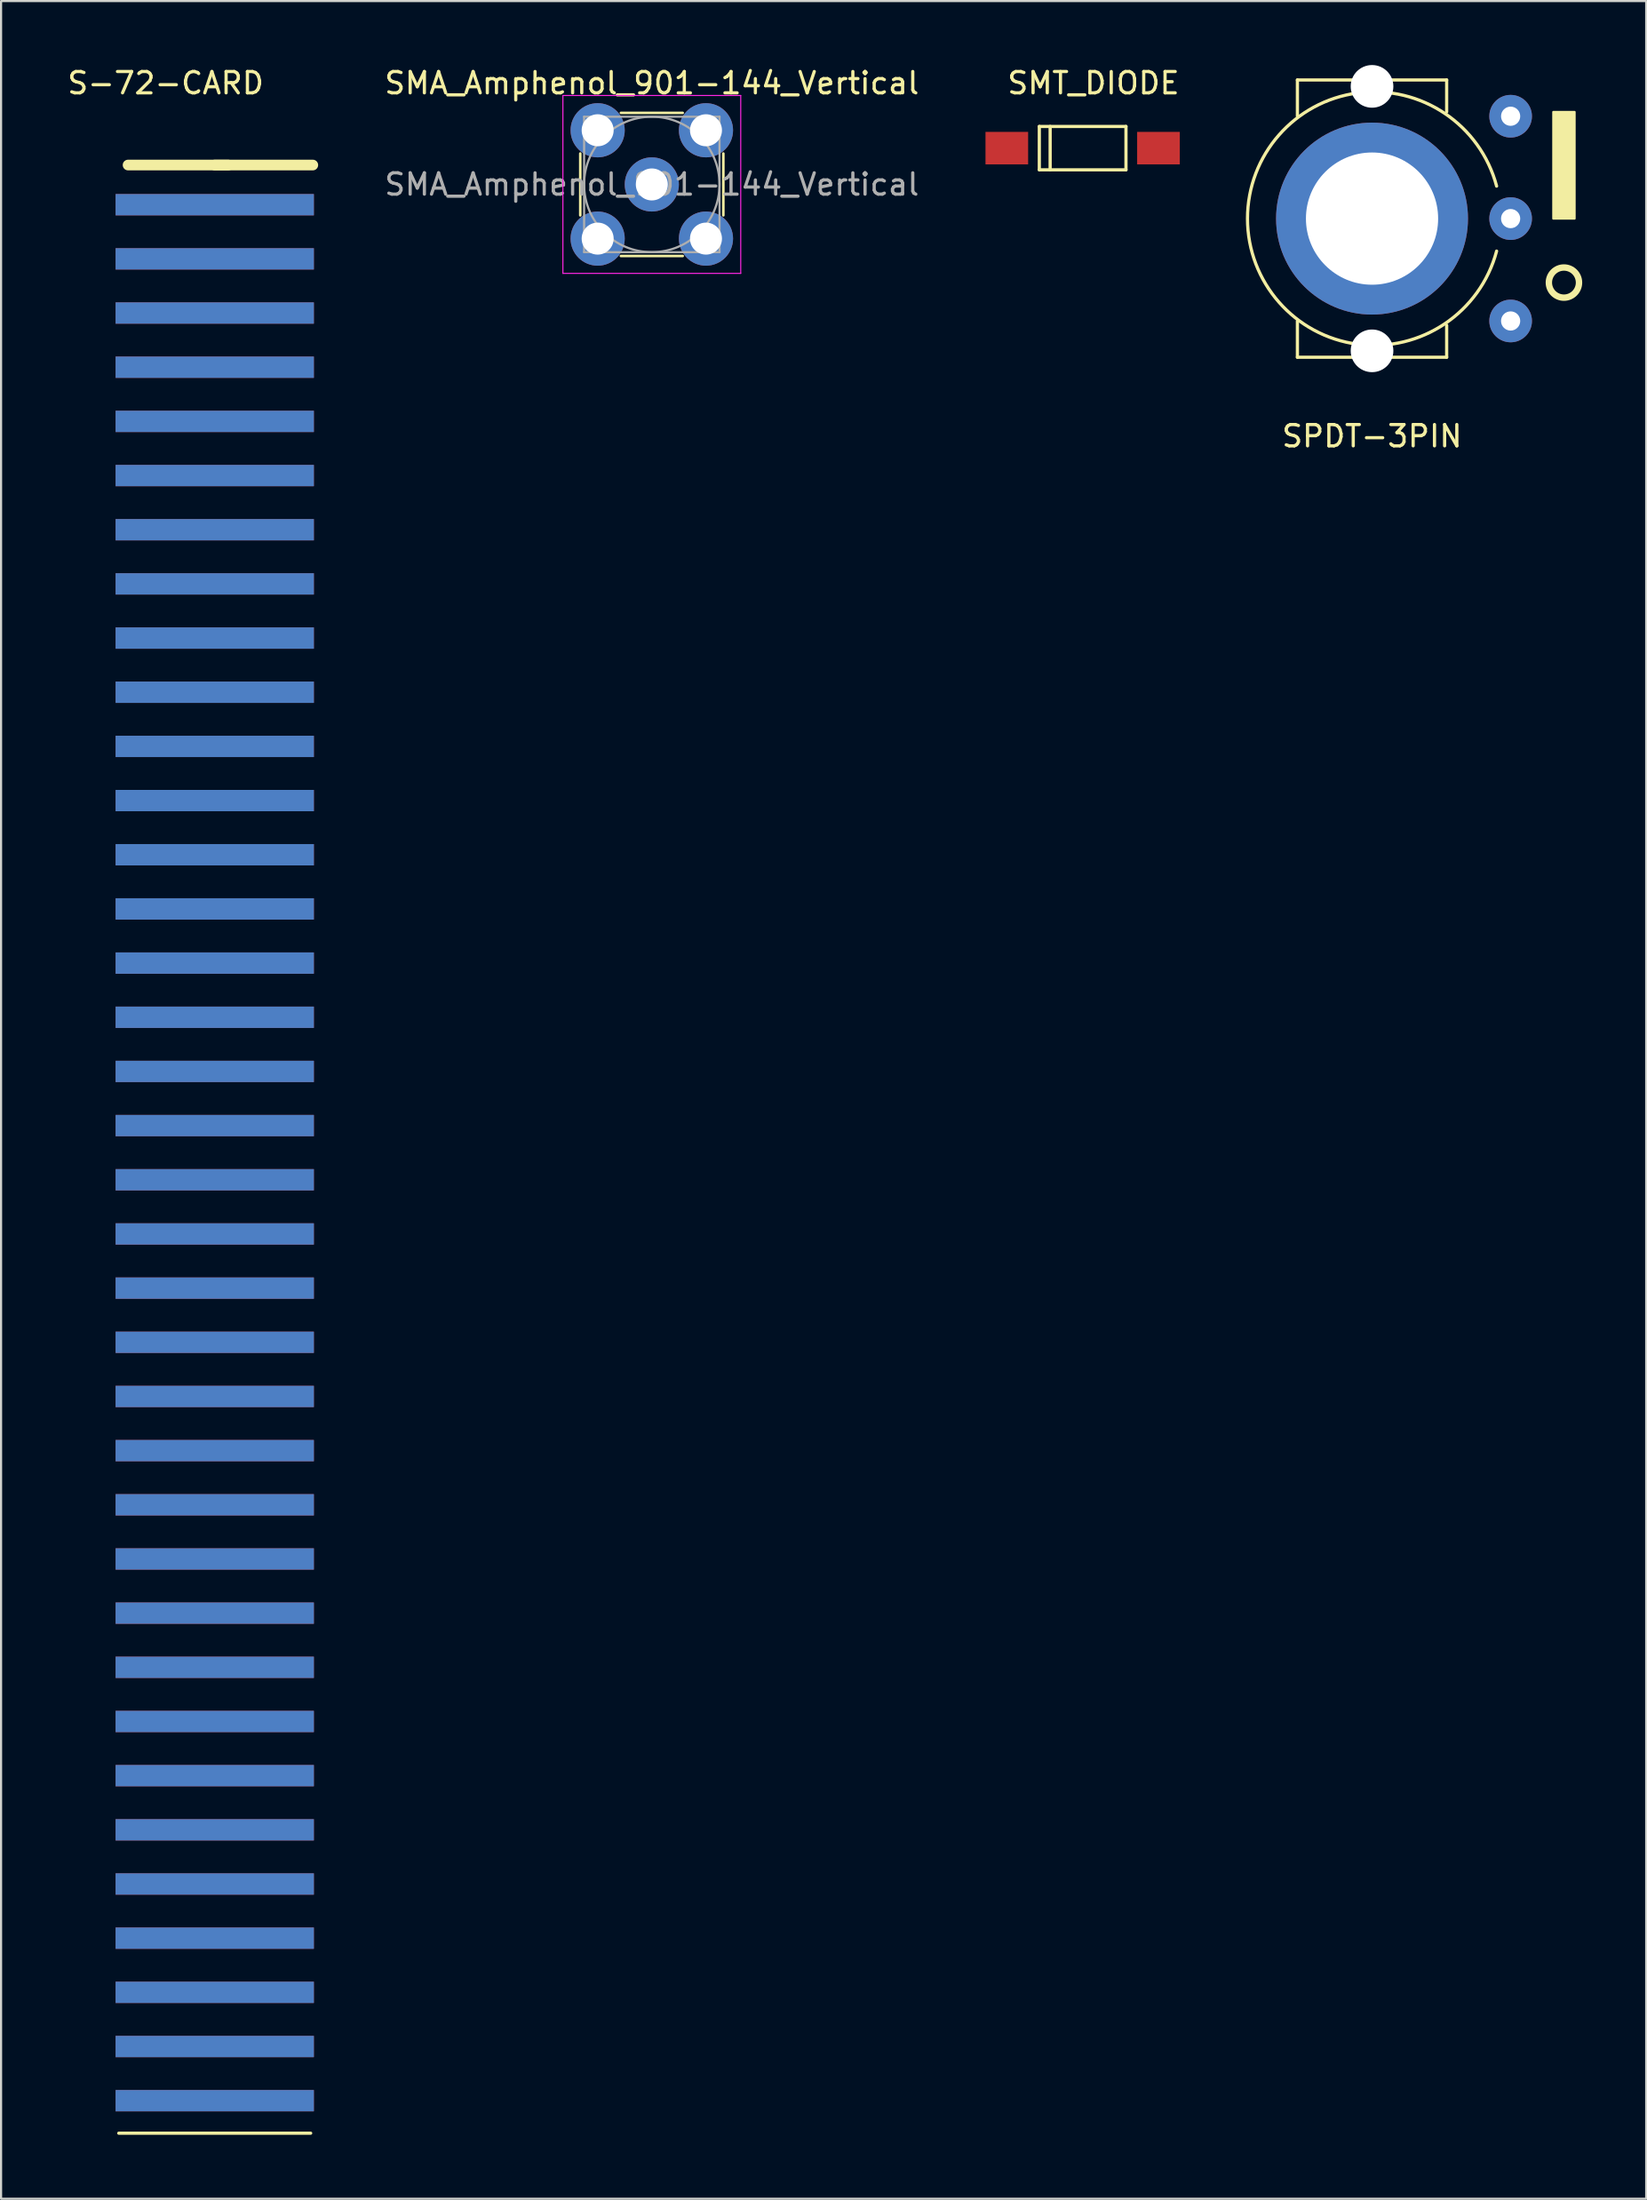
<source format=kicad_pcb>
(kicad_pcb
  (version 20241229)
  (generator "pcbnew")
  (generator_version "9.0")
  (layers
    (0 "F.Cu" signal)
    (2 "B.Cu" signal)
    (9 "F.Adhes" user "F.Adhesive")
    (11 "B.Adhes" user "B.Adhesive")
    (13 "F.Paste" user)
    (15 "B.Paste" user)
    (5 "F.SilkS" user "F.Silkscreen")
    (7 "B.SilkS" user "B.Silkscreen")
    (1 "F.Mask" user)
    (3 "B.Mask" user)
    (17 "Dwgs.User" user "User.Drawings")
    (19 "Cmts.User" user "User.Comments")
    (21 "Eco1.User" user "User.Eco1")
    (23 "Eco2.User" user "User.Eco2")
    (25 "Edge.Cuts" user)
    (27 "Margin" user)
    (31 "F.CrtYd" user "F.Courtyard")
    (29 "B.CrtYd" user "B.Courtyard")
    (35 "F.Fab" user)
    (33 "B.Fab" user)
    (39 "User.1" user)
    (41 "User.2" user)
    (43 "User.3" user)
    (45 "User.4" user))
  (footprint "S-72-CARD"
    (layer "F.Cu")
    (at 7.02 44.648)
    (property "Reference" "S-72-CARD" (at -2.3 -43.8 0) (layer "F.SilkS") (effects (font (size 1 1) (thickness 0.15))))
    (attr smd)
    (fp_line (start -4.064 -39.96) (end 0.636 -39.96) (stroke (width 0.5) (type solid)) (layer "F.SilkS"))
    (fp_line (start 0 -39.96) (end 4.6 -39.96) (stroke (width 0.5) (type solid)) (layer "F.SilkS"))
    (fp_line (start 4.5 52.324) (end -4.5 52.324) (stroke (width 0.15) (type solid)) (layer "F.SilkS"))
    (pad "1" smd rect (at 0 -38.1) (size 9.3 1) (layers "F.Cu" "F.Mask"))
    (pad "2" smd rect (at 0 -35.56) (size 9.3 1) (layers "F.Cu" "F.Mask"))
    (pad "3" smd rect (at 0 -33.02) (size 9.3 1) (layers "F.Cu" "F.Mask"))
    (pad "4" smd rect (at 0 -30.48) (size 9.3 1) (layers "F.Cu" "F.Mask"))
    (pad "5" smd rect (at 0 -27.94) (size 9.3 1) (layers "F.Cu" "F.Mask"))
    (pad "6" smd rect (at 0 -25.4) (size 9.3 1) (layers "F.Cu" "F.Mask"))
    (pad "7" smd rect (at 0 -22.86) (size 9.3 1) (layers "F.Cu" "F.Mask"))
    (pad "8" smd rect (at 0 -20.32) (size 9.3 1) (layers "F.Cu" "F.Mask"))
    (pad "9" smd rect (at 0 -17.78) (size 9.3 1) (layers "F.Cu" "F.Mask"))
    (pad "10" smd rect (at 0 -15.24) (size 9.3 1) (layers "F.Cu" "F.Mask"))
    (pad "11" smd rect (at 0 -12.7) (size 9.3 1) (layers "F.Cu" "F.Mask"))
    (pad "12" smd rect (at 0 -10.16) (size 9.3 1) (layers "F.Cu" "F.Mask"))
    (pad "13" smd rect (at 0 -7.62) (size 9.3 1) (layers "F.Cu" "F.Mask"))
    (pad "14" smd rect (at 0 -5.08) (size 9.3 1) (layers "F.Cu" "F.Mask"))
    (pad "15" smd rect (at 0 -2.54) (size 9.3 1) (layers "F.Cu" "F.Mask"))
    (pad "16" smd rect (at 0 0) (size 9.3 1) (layers "F.Cu" "F.Mask"))
    (pad "17" smd rect (at 0 2.54) (size 9.3 1) (layers "F.Cu" "F.Mask"))
    (pad "18" smd rect (at 0 5.08) (size 9.3 1) (layers "F.Cu" "F.Mask"))
    (pad "19" smd rect (at 0 7.62) (size 9.3 1) (layers "F.Cu" "F.Mask"))
    (pad "20" smd rect (at 0 10.16) (size 9.3 1) (layers "F.Cu" "F.Mask"))
    (pad "21" smd rect (at 0 12.7) (size 9.3 1) (layers "F.Cu" "F.Mask"))
    (pad "22" smd rect (at 0 15.24) (size 9.3 1) (layers "F.Cu" "F.Mask"))
    (pad "23" smd rect (at 0 17.78) (size 9.3 1) (layers "F.Cu" "F.Mask"))
    (pad "24" smd rect (at 0 20.32) (size 9.3 1) (layers "F.Cu" "F.Mask"))
    (pad "25" smd rect (at 0 22.86) (size 9.3 1) (layers "F.Cu" "F.Mask"))
    (pad "26" smd rect (at 0 25.4) (size 9.3 1) (layers "F.Cu" "F.Mask"))
    (pad "27" smd rect (at 0 27.94) (size 9.3 1) (layers "F.Cu" "F.Mask"))
    (pad "28" smd rect (at 0 30.48) (size 9.3 1) (layers "F.Cu" "F.Mask"))
    (pad "29" smd rect (at 0 33.02) (size 9.3 1) (layers "F.Cu" "F.Mask"))
    (pad "30" smd rect (at 0 35.56) (size 9.3 1) (layers "F.Cu" "F.Mask"))
    (pad "31" smd rect (at 0 38.1) (size 9.3 1) (layers "F.Cu" "F.Mask"))
    (pad "32" smd rect (at 0 40.64) (size 9.3 1) (layers "F.Cu" "F.Mask"))
    (pad "33" smd rect (at 0 43.18) (size 9.3 1) (layers "F.Cu" "F.Mask"))
    (pad "34" smd rect (at 0 45.72) (size 9.3 1) (layers "F.Cu" "F.Mask"))
    (pad "35" smd rect (at 0 48.26) (size 9.3 1) (layers "F.Cu" "F.Mask"))
    (pad "36" smd rect (at 0 50.8) (size 9.3 1) (layers "F.Cu" "F.Mask"))
    (pad "37" smd rect (at 0 -38.1) (size 9.3 1) (layers "B.Cu" "B.Mask"))
    (pad "38" smd rect (at 0 -35.56) (size 9.3 1) (layers "B.Cu" "B.Mask"))
    (pad "39" smd rect (at 0 -33.02) (size 9.3 1) (layers "B.Cu" "B.Mask"))
    (pad "40" smd rect (at 0 -30.48) (size 9.3 1) (layers "B.Cu" "B.Mask"))
    (pad "41" smd rect (at 0 -27.94) (size 9.3 1) (layers "B.Cu" "B.Mask"))
    (pad "42" smd rect (at 0 -25.4) (size 9.3 1) (layers "B.Cu" "B.Mask"))
    (pad "43" smd rect (at 0 -22.86) (size 9.3 1) (layers "B.Cu" "B.Mask"))
    (pad "44" smd rect (at 0 -20.32) (size 9.3 1) (layers "B.Cu" "B.Mask"))
    (pad "45" smd rect (at 0 -17.78) (size 9.3 1) (layers "B.Cu" "B.Mask"))
    (pad "46" smd rect (at 0 -15.24) (size 9.3 1) (layers "B.Cu" "B.Mask"))
    (pad "47" smd rect (at 0 -12.7) (size 9.3 1) (layers "B.Cu" "B.Mask"))
    (pad "48" smd rect (at 0 -10.16) (size 9.3 1) (layers "B.Cu" "B.Mask"))
    (pad "49" smd rect (at 0 -7.62) (size 9.3 1) (layers "B.Cu" "B.Mask"))
    (pad "50" smd rect (at 0 -5.08) (size 9.3 1) (layers "B.Cu" "B.Mask"))
    (pad "51" smd rect (at 0 -2.54) (size 9.3 1) (layers "B.Cu" "B.Mask"))
    (pad "52" smd rect (at 0 0) (size 9.3 1) (layers "B.Cu" "B.Mask"))
    (pad "53" smd rect (at 0 2.54) (size 9.3 1) (layers "B.Cu" "B.Mask"))
    (pad "54" smd rect (at 0 5.08) (size 9.3 1) (layers "B.Cu" "B.Mask"))
    (pad "55" smd rect (at 0 7.62) (size 9.3 1) (layers "B.Cu" "B.Mask"))
    (pad "56" smd rect (at 0 10.16) (size 9.3 1) (layers "B.Cu" "B.Mask"))
    (pad "57" smd rect (at 0 12.7) (size 9.3 1) (layers "B.Cu" "B.Mask"))
    (pad "58" smd rect (at 0 15.24) (size 9.3 1) (layers "B.Cu" "B.Mask"))
    (pad "59" smd rect (at 0 17.78) (size 9.3 1) (layers "B.Cu" "B.Mask"))
    (pad "60" smd rect (at 0 20.32) (size 9.3 1) (layers "B.Cu" "B.Mask"))
    (pad "61" smd rect (at 0 22.86) (size 9.3 1) (layers "B.Cu" "B.Mask"))
    (pad "62" smd rect (at 0 25.4) (size 9.3 1) (layers "B.Cu" "B.Mask"))
    (pad "63" smd rect (at 0 27.94) (size 9.3 1) (layers "B.Cu" "B.Mask"))
    (pad "64" smd rect (at 0 30.48) (size 9.3 1) (layers "B.Cu" "B.Mask"))
    (pad "65" smd rect (at 0 33.02) (size 9.3 1) (layers "B.Cu" "B.Mask"))
    (pad "66" smd rect (at 0 35.56) (size 9.3 1) (layers "B.Cu" "B.Mask"))
    (pad "67" smd rect (at 0 38.1) (size 9.3 1) (layers "B.Cu" "B.Mask"))
    (pad "68" smd rect (at 0 40.64) (size 9.3 1) (layers "B.Cu" "B.Mask"))
    (pad "69" smd rect (at 0 43.18) (size 9.3 1) (layers "B.Cu" "B.Mask"))
    (pad "70" smd rect (at 0 45.72) (size 9.3 1) (layers "B.Cu" "B.Mask"))
    (pad "71" smd rect (at 0 48.26) (size 9.3 1) (layers "B.Cu" "B.Mask"))
    (pad "72" smd rect (at 0 50.8) (size 9.3 1) (layers "B.Cu" "B.Mask")))
  (footprint "SMT_DIODE"
    (layer "F.Cu")
    (at 47.724 3.896)
    (property "Reference" "SMT_DIODE" (at 0.508 -3.048 0) (layer "F.SilkS") (effects (font (size 1 1) (thickness 0.15))))
    (attr through_hole)
    (fp_line (start -2.032 -1.016) (end 2.032 -1.016) (stroke (width 0.15) (type solid)) (layer "F.SilkS"))
    (fp_line (start -2.032 1.016) (end -2.032 -1.016) (stroke (width 0.15) (type solid)) (layer "F.SilkS"))
    (fp_line (start -1.524 -1.016) (end -1.524 1.016) (stroke (width 0.15) (type solid)) (layer "F.SilkS"))
    (fp_line (start 2.032 -1.016) (end 2.032 1.016) (stroke (width 0.15) (type solid)) (layer "F.SilkS"))
    (fp_line (start 2.032 1.016) (end -2.032 1.016) (stroke (width 0.15) (type solid)) (layer "F.SilkS"))
    (pad "1" smd rect (at -3.556 0) (size 2 1.524) (layers "F.Cu" "F.Mask" "F.Paste"))
    (pad "2" smd rect (at 3.556 0) (size 2 1.524) (layers "F.Cu" "F.Mask" "F.Paste")))
  (footprint "SPDT-3PIN"
    (layer "F.Cu")
    (at 61.296 7.2)
    (property "Reference" "SPDT-3PIN" (at 0 10.2 0) (layer "F.SilkS") (effects (font (size 1 1) (thickness 0.15))))
    (attr through_hole)
    (fp_line (start -3.5 -6.5) (end -3.5 -4.8) (stroke (width 0.15) (type solid)) (layer "F.SilkS"))
    (fp_line (start -3.5 -6.5) (end 3.5 -6.5) (stroke (width 0.15) (type solid)) (layer "F.SilkS"))
    (fp_line (start -3.5 6.5) (end -3.5 4.8) (stroke (width 0.15) (type solid)) (layer "F.SilkS"))
    (fp_line (start 3.5 -6.5) (end 3.5 -5) (stroke (width 0.15) (type solid)) (layer "F.SilkS"))
    (fp_line (start 3.5 6.5) (end -3.5 6.5) (stroke (width 0.15) (type solid)) (layer "F.SilkS"))
    (fp_line (start 3.5 6.5) (end 3.5 5) (stroke (width 0.15) (type solid)) (layer "F.SilkS"))
    (fp_arc (start 5.841999 1.524) (mid -5.840802 0) (end 5.841999 -1.523999) (stroke (width 0.15) (type solid)) (layer "F.SilkS"))
    (fp_circle (center 9 3) (end 9.707 3) (stroke (width 0.3) (type solid)) (fill no) (layer "F.SilkS"))
    (fp_poly (pts (xy 8.5 -5) (xy 8.5 0) (xy 9.5 0) (xy 9.5 -5)) (stroke (width 0.1) (type solid)) (fill yes) (layer "F.SilkS"))
    (pad "" np_thru_hole circle (at 0 -6.2) (size 2 2) (drill 2) (layers "*.Cu" "*.Mask"))
    (pad "" np_thru_hole circle (at 0 6.2) (size 2 2) (drill 2) (layers "*.Cu" "*.Mask"))
    (pad "1" thru_hole circle (at 6.5 -4.8) (size 2 2) (drill 0.9) (layers "*.Cu" "*.Mask"))
    (pad "2" thru_hole circle (at 6.5 0) (size 2 2) (drill 0.9) (layers "*.Cu" "*.Mask"))
    (pad "3" thru_hole circle (at 6.5 4.8) (size 2 2) (drill 0.9) (layers "*.Cu" "*.Mask"))
    (pad "4" thru_hole circle (at 0 0) (size 9 9) (drill 6.2) (layers "*.Cu" "*.Mask")))
  (footprint "SMA_Amphenol_901-144_Vertical"
    (layer "F.Cu")
    (at 27.519 5.598)
    (property "Reference" "SMA_Amphenol_901-144_Vertical" (at 0 -4.75 0) (layer "F.SilkS") (effects (font (size 1 1) (thickness 0.15))))
    (attr through_hole)
    (fp_line (start -3.355 -1.45) (end -3.355 1.45) (stroke (width 0.12) (type solid)) (layer "F.SilkS"))
    (fp_line (start -1.45 -3.355) (end 1.45 -3.355) (stroke (width 0.12) (type solid)) (layer "F.SilkS"))
    (fp_line (start -1.45 3.355) (end 1.45 3.355) (stroke (width 0.12) (type solid)) (layer "F.SilkS"))
    (fp_line (start 3.355 -1.45) (end 3.355 1.45) (stroke (width 0.12) (type solid)) (layer "F.SilkS"))
    (fp_line (start -4.17 -4.17) (end -4.17 4.17) (stroke (width 0.05) (type solid)) (layer "F.CrtYd"))
    (fp_line (start -4.17 -4.17) (end 4.17 -4.17) (stroke (width 0.05) (type solid)) (layer "F.CrtYd"))
    (fp_line (start 4.17 4.17) (end -4.17 4.17) (stroke (width 0.05) (type solid)) (layer "F.CrtYd"))
    (fp_line (start 4.17 4.17) (end 4.17 -4.17) (stroke (width 0.05) (type solid)) (layer "F.CrtYd"))
    (fp_line (start -3.175 -3.175) (end -3.175 3.175) (stroke (width 0.1) (type solid)) (layer "F.Fab"))
    (fp_line (start -3.175 -3.175) (end 3.175 -3.175) (stroke (width 0.1) (type solid)) (layer "F.Fab"))
    (fp_line (start -3.175 3.175) (end 3.175 3.175) (stroke (width 0.1) (type solid)) (layer "F.Fab"))
    (fp_line (start 3.175 -3.175) (end 3.175 3.175) (stroke (width 0.1) (type solid)) (layer "F.Fab"))
    (fp_circle (center 0 0) (end 3.175 0) (stroke (width 0.1) (type solid)) (fill no) (layer "F.Fab"))
    (fp_text user "${REFERENCE}" (at 0 0 0) (layer "F.Fab") (effects (font (size 1 1) (thickness 0.15))))
    (pad "1" thru_hole circle (at 0 0) (size 2.54 2.54) (drill 1.5) (layers "*.Cu" "*.Mask"))
    (pad "2" thru_hole circle (at -2.54 -2.54) (size 2.54 2.54) (drill 1.5) (layers "*.Cu" "*.Mask"))
    (pad "2" thru_hole circle (at -2.54 2.54) (size 2.54 2.54) (drill 1.5) (layers "*.Cu" "*.Mask"))
    (pad "2" thru_hole circle (at 2.54 -2.54) (size 2.54 2.54) (drill 1.5) (layers "*.Cu" "*.Mask"))
    (pad "2" thru_hole circle (at 2.54 2.54) (size 2.54 2.54) (drill 1.5) (layers "*.Cu" "*.Mask")))
  (gr_rect
    (start -3 -3)
    (end 74.154 100.047)
    (stroke (width 0.1) (type default))
    (fill no)
    (layer "Edge.Cuts")))
</source>
